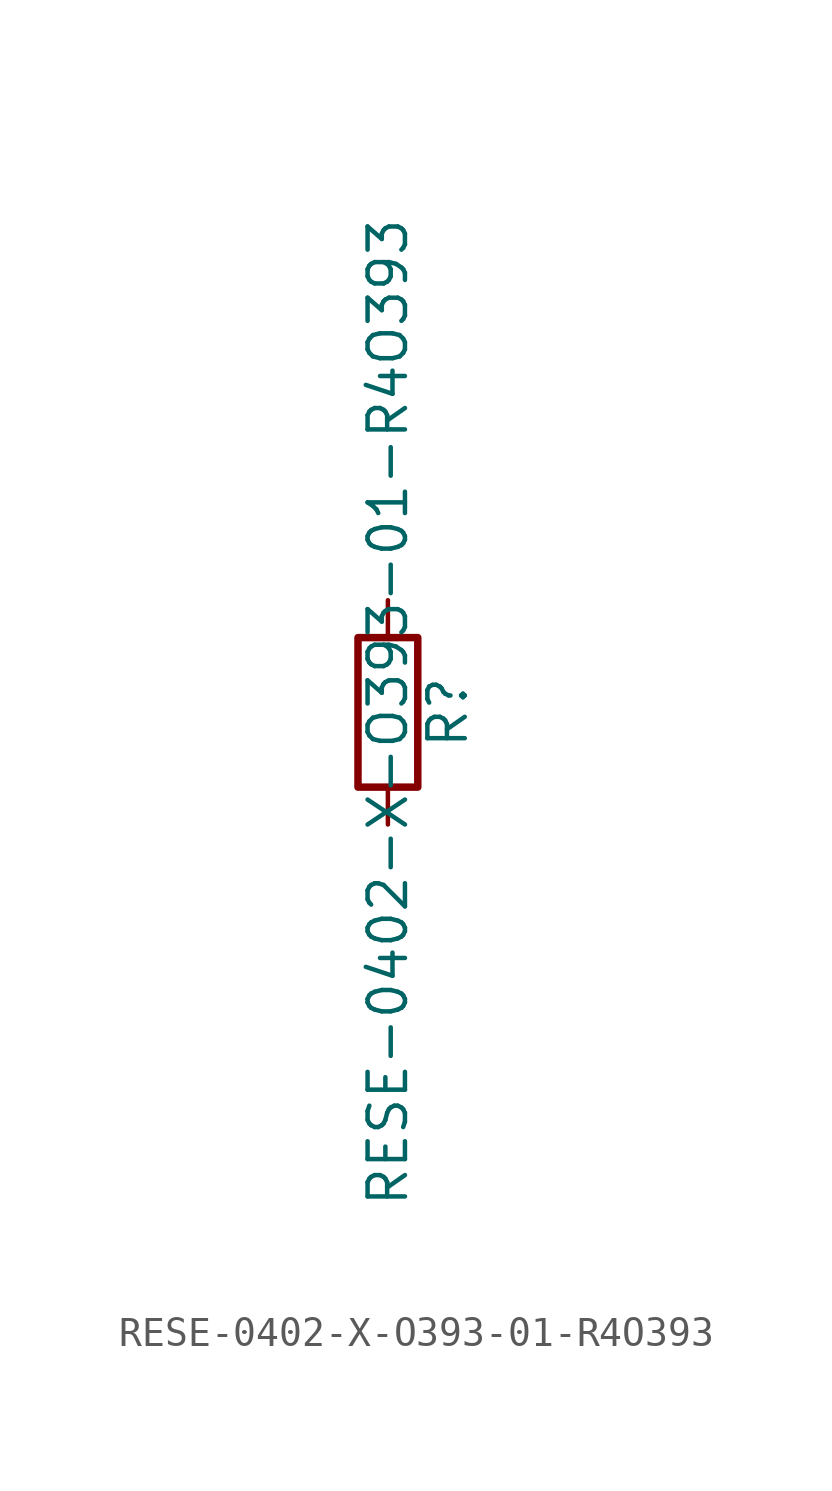
<source format=kicad_sym>
(kicad_symbol_lib
  (version 20211014)
  (generator kicad_symbol_editor)
  (symbol "RESE-0402-X-O393-01-R4O393"
    (pin_numbers hide)
    (pin_names
      (offset 0))
    (property "Reference" "R"
      (at 2.032 0 90)
      (effects (font (size 1.27 1.27))))
    (property "Value" "RESE-0402-X-O393-01-R4O393"
      (at 0 0 90)
      (effects (font (size 1.27 1.27))))
    (symbol "RESE-0402-X-O393-01-R4O393_0_1"
      (rectangle (start -1.016 -2.54) (end 1.016 2.54) (stroke (width 0.254) (type default) (color 0 0 0 0)) (fill (type none))))
    (symbol "RESE-0402-X-O393-01-R4O393_1_1"
      (pin passive line (at 0 3.81 270) (length 1.27) (name "~" (effects (font (size 1.27 1.27)))) (number "1" (effects (font (size 1.27 1.27)))))
      (pin passive line (at 0 -3.81 90) (length 1.27) (name "~" (effects (font (size 1.27 1.27)))) (number "2" (effects (font (size 1.27 1.27))))))))
</source>
